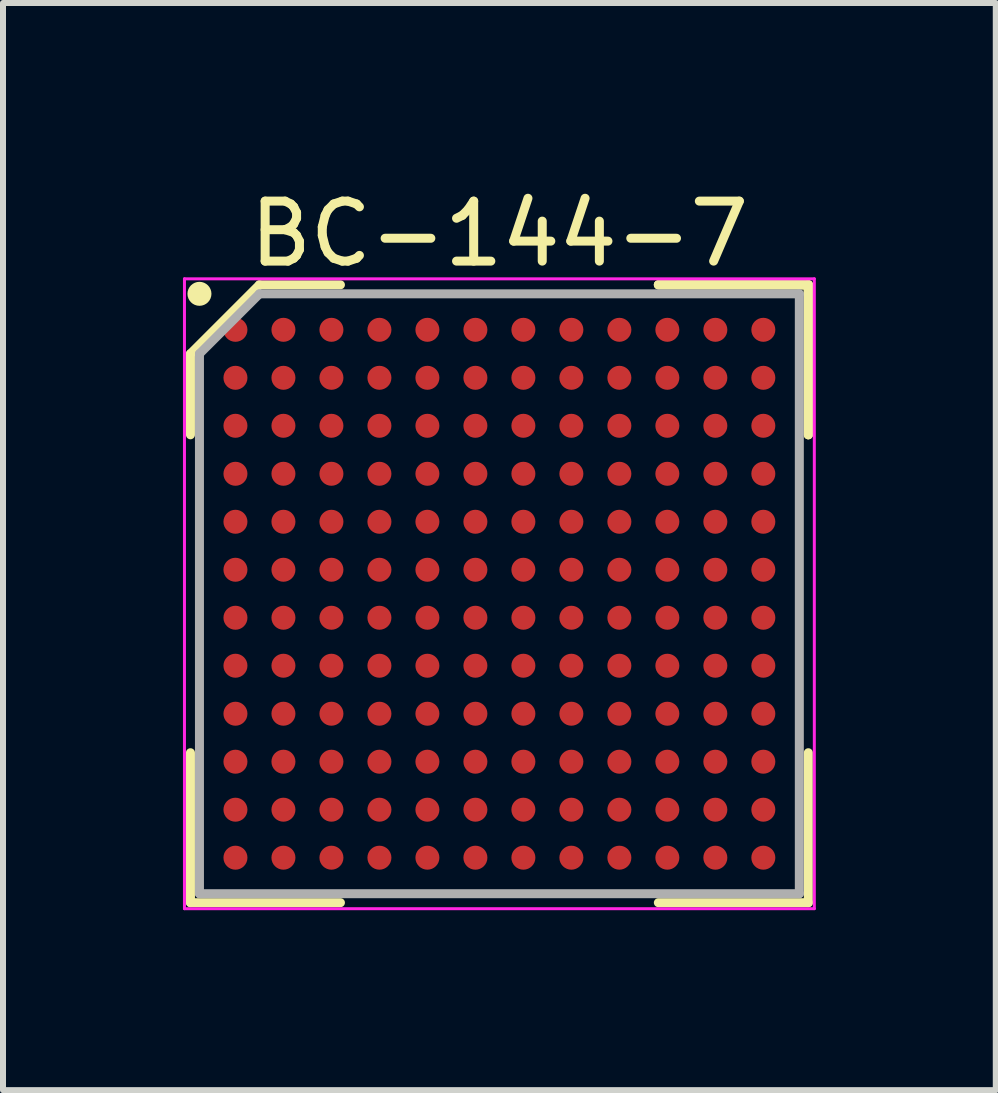
<source format=kicad_pcb>
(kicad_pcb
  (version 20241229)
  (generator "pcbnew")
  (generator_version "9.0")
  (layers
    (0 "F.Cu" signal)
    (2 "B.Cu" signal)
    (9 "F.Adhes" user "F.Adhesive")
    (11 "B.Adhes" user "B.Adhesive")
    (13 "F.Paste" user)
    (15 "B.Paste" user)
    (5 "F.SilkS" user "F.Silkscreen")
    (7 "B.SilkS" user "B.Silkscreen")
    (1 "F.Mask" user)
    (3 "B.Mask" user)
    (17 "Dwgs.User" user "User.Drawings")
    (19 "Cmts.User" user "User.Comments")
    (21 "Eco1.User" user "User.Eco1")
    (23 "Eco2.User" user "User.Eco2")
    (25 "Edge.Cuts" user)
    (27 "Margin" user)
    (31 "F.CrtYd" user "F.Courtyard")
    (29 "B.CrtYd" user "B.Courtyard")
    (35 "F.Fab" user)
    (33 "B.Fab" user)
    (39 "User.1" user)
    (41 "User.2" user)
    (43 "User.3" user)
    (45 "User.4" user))
  (footprint "BC-144-7"
    (layer "F.Cu")
    (at 5.275 6.848)
    (property "Reference" "BC-144-7" (at 0 -6 0) (layer "F.SilkS") (effects (font (size 1 1) (thickness 0.15))))
    (attr smd)
    (fp_line (start -5.15 -4) (end -5.15 -2.65) (stroke (width 0.15) (type solid)) (layer "F.SilkS"))
    (fp_line (start -5.15 5.15) (end -5.15 2.65) (stroke (width 0.15) (type solid)) (layer "F.SilkS"))
    (fp_line (start -4 -5.15) (end -5.15 -4) (stroke (width 0.15) (type solid)) (layer "F.SilkS"))
    (fp_line (start -2.65 -5.15) (end -4 -5.15) (stroke (width 0.15) (type solid)) (layer "F.SilkS"))
    (fp_line (start -2.65 5.15) (end -5.15 5.15) (stroke (width 0.15) (type solid)) (layer "F.SilkS"))
    (fp_line (start 2.65 -5.15) (end 5.15 -5.15) (stroke (width 0.15) (type solid)) (layer "F.SilkS"))
    (fp_line (start 2.65 -5.15) (end 5.15 -5.15) (stroke (width 0.15) (type solid)) (layer "F.SilkS"))
    (fp_line (start 2.65 -5.15) (end 5.15 -5.15) (stroke (width 0.15) (type solid)) (layer "F.SilkS"))
    (fp_line (start 2.65 5.15) (end 5.15 5.15) (stroke (width 0.15) (type solid)) (layer "F.SilkS"))
    (fp_line (start 5.15 -5.15) (end 5.15 -2.65) (stroke (width 0.15) (type solid)) (layer "F.SilkS"))
    (fp_line (start 5.15 -5.15) (end 5.15 -2.65) (stroke (width 0.15) (type solid)) (layer "F.SilkS"))
    (fp_line (start 5.15 -5.15) (end 5.15 -2.65) (stroke (width 0.15) (type solid)) (layer "F.SilkS"))
    (fp_line (start 5.15 5.15) (end 5.15 2.65) (stroke (width 0.15) (type solid)) (layer "F.SilkS"))
    (fp_circle (center -5 -5) (end -5 -4.9) (stroke (width 0.2) (type solid)) (fill no) (layer "F.SilkS"))
    (fp_line (start -5.25 -5.25) (end 5.25 -5.25) (stroke (width 0.05) (type solid)) (layer "F.CrtYd"))
    (fp_line (start -5.25 5.25) (end -5.25 -5.25) (stroke (width 0.05) (type solid)) (layer "F.CrtYd"))
    (fp_line (start 5.25 -5.25) (end 5.25 5.25) (stroke (width 0.05) (type solid)) (layer "F.CrtYd"))
    (fp_line (start 5.25 5.25) (end -5.25 5.25) (stroke (width 0.05) (type solid)) (layer "F.CrtYd"))
    (fp_line (start -5 -4) (end -5 5) (stroke (width 0.15) (type solid)) (layer "F.Fab"))
    (fp_line (start -5 5) (end 5 5) (stroke (width 0.15) (type solid)) (layer "F.Fab"))
    (fp_line (start -4 -5) (end -5 -4) (stroke (width 0.15) (type solid)) (layer "F.Fab"))
    (fp_line (start 5 -5) (end -4 -5) (stroke (width 0.15) (type solid)) (layer "F.Fab"))
    (fp_line (start 5 5) (end 5 -5) (stroke (width 0.15) (type solid)) (layer "F.Fab"))
    (pad "A1" smd circle (at -4.4 -4.4) (size 0.4 0.4) (layers "F.Cu" "F.Mask" "F.Paste"))
    (pad "A2" smd circle (at -3.6 -4.4) (size 0.4 0.4) (layers "F.Cu" "F.Mask" "F.Paste"))
    (pad "A3" smd circle (at -2.8 -4.4) (size 0.4 0.4) (layers "F.Cu" "F.Mask" "F.Paste"))
    (pad "A4" smd circle (at -2 -4.4) (size 0.4 0.4) (layers "F.Cu" "F.Mask" "F.Paste"))
    (pad "A5" smd circle (at -1.2 -4.4) (size 0.4 0.4) (layers "F.Cu" "F.Mask" "F.Paste"))
    (pad "A6" smd circle (at -0.4 -4.4) (size 0.4 0.4) (layers "F.Cu" "F.Mask" "F.Paste"))
    (pad "A7" smd circle (at 0.4 -4.4) (size 0.4 0.4) (layers "F.Cu" "F.Mask" "F.Paste"))
    (pad "A8" smd circle (at 1.2 -4.4) (size 0.4 0.4) (layers "F.Cu" "F.Mask" "F.Paste"))
    (pad "A9" smd circle (at 2 -4.4) (size 0.4 0.4) (layers "F.Cu" "F.Mask" "F.Paste"))
    (pad "A10" smd circle (at 2.8 -4.4) (size 0.4 0.4) (layers "F.Cu" "F.Mask" "F.Paste"))
    (pad "A11" smd circle (at 3.6 -4.4) (size 0.4 0.4) (layers "F.Cu" "F.Mask" "F.Paste"))
    (pad "A12" smd circle (at 4.4 -4.4) (size 0.4 0.4) (layers "F.Cu" "F.Mask" "F.Paste"))
    (pad "B1" smd circle (at -4.4 -3.6) (size 0.4 0.4) (layers "F.Cu" "F.Mask" "F.Paste"))
    (pad "B2" smd circle (at -3.6 -3.6) (size 0.4 0.4) (layers "F.Cu" "F.Mask" "F.Paste"))
    (pad "B3" smd circle (at -2.8 -3.6) (size 0.4 0.4) (layers "F.Cu" "F.Mask" "F.Paste"))
    (pad "B4" smd circle (at -2 -3.6) (size 0.4 0.4) (layers "F.Cu" "F.Mask" "F.Paste"))
    (pad "B5" smd circle (at -1.2 -3.6) (size 0.4 0.4) (layers "F.Cu" "F.Mask" "F.Paste"))
    (pad "B6" smd circle (at -0.4 -3.6) (size 0.4 0.4) (layers "F.Cu" "F.Mask" "F.Paste"))
    (pad "B7" smd circle (at 0.4 -3.6) (size 0.4 0.4) (layers "F.Cu" "F.Mask" "F.Paste"))
    (pad "B8" smd circle (at 1.2 -3.6) (size 0.4 0.4) (layers "F.Cu" "F.Mask" "F.Paste"))
    (pad "B9" smd circle (at 2 -3.6) (size 0.4 0.4) (layers "F.Cu" "F.Mask" "F.Paste"))
    (pad "B10" smd circle (at 2.8 -3.6) (size 0.4 0.4) (layers "F.Cu" "F.Mask" "F.Paste"))
    (pad "B11" smd circle (at 3.6 -3.6) (size 0.4 0.4) (layers "F.Cu" "F.Mask" "F.Paste"))
    (pad "B12" smd circle (at 4.4 -3.6) (size 0.4 0.4) (layers "F.Cu" "F.Mask" "F.Paste"))
    (pad "C1" smd circle (at -4.4 -2.8) (size 0.4 0.4) (layers "F.Cu" "F.Mask" "F.Paste"))
    (pad "C2" smd circle (at -3.6 -2.8) (size 0.4 0.4) (layers "F.Cu" "F.Mask" "F.Paste"))
    (pad "C3" smd circle (at -2.8 -2.8) (size 0.4 0.4) (layers "F.Cu" "F.Mask" "F.Paste"))
    (pad "C4" smd circle (at -2 -2.8) (size 0.4 0.4) (layers "F.Cu" "F.Mask" "F.Paste"))
    (pad "C5" smd circle (at -1.2 -2.8) (size 0.4 0.4) (layers "F.Cu" "F.Mask" "F.Paste"))
    (pad "C6" smd circle (at -0.4 -2.8) (size 0.4 0.4) (layers "F.Cu" "F.Mask" "F.Paste"))
    (pad "C7" smd circle (at 0.4 -2.8) (size 0.4 0.4) (layers "F.Cu" "F.Mask" "F.Paste"))
    (pad "C8" smd circle (at 1.2 -2.8) (size 0.4 0.4) (layers "F.Cu" "F.Mask" "F.Paste"))
    (pad "C9" smd circle (at 2 -2.8) (size 0.4 0.4) (layers "F.Cu" "F.Mask" "F.Paste"))
    (pad "C10" smd circle (at 2.8 -2.8) (size 0.4 0.4) (layers "F.Cu" "F.Mask" "F.Paste"))
    (pad "C11" smd circle (at 3.6 -2.8) (size 0.4 0.4) (layers "F.Cu" "F.Mask" "F.Paste"))
    (pad "C12" smd circle (at 4.4 -2.8) (size 0.4 0.4) (layers "F.Cu" "F.Mask" "F.Paste"))
    (pad "D1" smd circle (at -4.4 -2) (size 0.4 0.4) (layers "F.Cu" "F.Mask" "F.Paste"))
    (pad "D2" smd circle (at -3.6 -2) (size 0.4 0.4) (layers "F.Cu" "F.Mask" "F.Paste"))
    (pad "D3" smd circle (at -2.8 -2) (size 0.4 0.4) (layers "F.Cu" "F.Mask" "F.Paste"))
    (pad "D4" smd circle (at -2 -2) (size 0.4 0.4) (layers "F.Cu" "F.Mask" "F.Paste"))
    (pad "D5" smd circle (at -1.2 -2) (size 0.4 0.4) (layers "F.Cu" "F.Mask" "F.Paste"))
    (pad "D6" smd circle (at -0.4 -2) (size 0.4 0.4) (layers "F.Cu" "F.Mask" "F.Paste"))
    (pad "D7" smd circle (at 0.4 -2) (size 0.4 0.4) (layers "F.Cu" "F.Mask" "F.Paste"))
    (pad "D8" smd circle (at 1.2 -2) (size 0.4 0.4) (layers "F.Cu" "F.Mask" "F.Paste"))
    (pad "D9" smd circle (at 2 -2) (size 0.4 0.4) (layers "F.Cu" "F.Mask" "F.Paste"))
    (pad "D10" smd circle (at 2.8 -2) (size 0.4 0.4) (layers "F.Cu" "F.Mask" "F.Paste"))
    (pad "D11" smd circle (at 3.6 -2) (size 0.4 0.4) (layers "F.Cu" "F.Mask" "F.Paste"))
    (pad "D12" smd circle (at 4.4 -2) (size 0.4 0.4) (layers "F.Cu" "F.Mask" "F.Paste"))
    (pad "E1" smd circle (at -4.4 -1.2) (size 0.4 0.4) (layers "F.Cu" "F.Mask" "F.Paste"))
    (pad "E2" smd circle (at -3.6 -1.2) (size 0.4 0.4) (layers "F.Cu" "F.Mask" "F.Paste"))
    (pad "E3" smd circle (at -2.8 -1.2) (size 0.4 0.4) (layers "F.Cu" "F.Mask" "F.Paste"))
    (pad "E4" smd circle (at -2 -1.2) (size 0.4 0.4) (layers "F.Cu" "F.Mask" "F.Paste"))
    (pad "E5" smd circle (at -1.2 -1.2) (size 0.4 0.4) (layers "F.Cu" "F.Mask" "F.Paste"))
    (pad "E6" smd circle (at -0.4 -1.2) (size 0.4 0.4) (layers "F.Cu" "F.Mask" "F.Paste"))
    (pad "E7" smd circle (at 0.4 -1.2) (size 0.4 0.4) (layers "F.Cu" "F.Mask" "F.Paste"))
    (pad "E8" smd circle (at 1.2 -1.2) (size 0.4 0.4) (layers "F.Cu" "F.Mask" "F.Paste"))
    (pad "E9" smd circle (at 2 -1.2) (size 0.4 0.4) (layers "F.Cu" "F.Mask" "F.Paste"))
    (pad "E10" smd circle (at 2.8 -1.2) (size 0.4 0.4) (layers "F.Cu" "F.Mask" "F.Paste"))
    (pad "E11" smd circle (at 3.6 -1.2) (size 0.4 0.4) (layers "F.Cu" "F.Mask" "F.Paste"))
    (pad "E12" smd circle (at 4.4 -1.2) (size 0.4 0.4) (layers "F.Cu" "F.Mask" "F.Paste"))
    (pad "F1" smd circle (at -4.4 -0.4) (size 0.4 0.4) (layers "F.Cu" "F.Mask" "F.Paste"))
    (pad "F2" smd circle (at -3.6 -0.4) (size 0.4 0.4) (layers "F.Cu" "F.Mask" "F.Paste"))
    (pad "F3" smd circle (at -2.8 -0.4) (size 0.4 0.4) (layers "F.Cu" "F.Mask" "F.Paste"))
    (pad "F4" smd circle (at -2 -0.4) (size 0.4 0.4) (layers "F.Cu" "F.Mask" "F.Paste"))
    (pad "F5" smd circle (at -1.2 -0.4) (size 0.4 0.4) (layers "F.Cu" "F.Mask" "F.Paste"))
    (pad "F6" smd circle (at -0.4 -0.4) (size 0.4 0.4) (layers "F.Cu" "F.Mask" "F.Paste"))
    (pad "F7" smd circle (at 0.4 -0.4) (size 0.4 0.4) (layers "F.Cu" "F.Mask" "F.Paste"))
    (pad "F8" smd circle (at 1.2 -0.4) (size 0.4 0.4) (layers "F.Cu" "F.Mask" "F.Paste"))
    (pad "F9" smd circle (at 2 -0.4) (size 0.4 0.4) (layers "F.Cu" "F.Mask" "F.Paste"))
    (pad "F10" smd circle (at 2.8 -0.4) (size 0.4 0.4) (layers "F.Cu" "F.Mask" "F.Paste"))
    (pad "F11" smd circle (at 3.6 -0.4) (size 0.4 0.4) (layers "F.Cu" "F.Mask" "F.Paste"))
    (pad "F12" smd circle (at 4.4 -0.4) (size 0.4 0.4) (layers "F.Cu" "F.Mask" "F.Paste"))
    (pad "G1" smd circle (at -4.4 0.4) (size 0.4 0.4) (layers "F.Cu" "F.Mask" "F.Paste"))
    (pad "G2" smd circle (at -3.6 0.4) (size 0.4 0.4) (layers "F.Cu" "F.Mask" "F.Paste"))
    (pad "G3" smd circle (at -2.8 0.4) (size 0.4 0.4) (layers "F.Cu" "F.Mask" "F.Paste"))
    (pad "G4" smd circle (at -2 0.4) (size 0.4 0.4) (layers "F.Cu" "F.Mask" "F.Paste"))
    (pad "G5" smd circle (at -1.2 0.4) (size 0.4 0.4) (layers "F.Cu" "F.Mask" "F.Paste"))
    (pad "G6" smd circle (at -0.4 0.4) (size 0.4 0.4) (layers "F.Cu" "F.Mask" "F.Paste"))
    (pad "G7" smd circle (at 0.4 0.4) (size 0.4 0.4) (layers "F.Cu" "F.Mask" "F.Paste"))
    (pad "G8" smd circle (at 1.2 0.4) (size 0.4 0.4) (layers "F.Cu" "F.Mask" "F.Paste"))
    (pad "G9" smd circle (at 2 0.4) (size 0.4 0.4) (layers "F.Cu" "F.Mask" "F.Paste"))
    (pad "G10" smd circle (at 2.8 0.4) (size 0.4 0.4) (layers "F.Cu" "F.Mask" "F.Paste"))
    (pad "G11" smd circle (at 3.6 0.4) (size 0.4 0.4) (layers "F.Cu" "F.Mask" "F.Paste"))
    (pad "G12" smd circle (at 4.4 0.4) (size 0.4 0.4) (layers "F.Cu" "F.Mask" "F.Paste"))
    (pad "H1" smd circle (at -4.4 1.2) (size 0.4 0.4) (layers "F.Cu" "F.Mask" "F.Paste"))
    (pad "H2" smd circle (at -3.6 1.2) (size 0.4 0.4) (layers "F.Cu" "F.Mask" "F.Paste"))
    (pad "H3" smd circle (at -2.8 1.2) (size 0.4 0.4) (layers "F.Cu" "F.Mask" "F.Paste"))
    (pad "H4" smd circle (at -2 1.2) (size 0.4 0.4) (layers "F.Cu" "F.Mask" "F.Paste"))
    (pad "H5" smd circle (at -1.2 1.2) (size 0.4 0.4) (layers "F.Cu" "F.Mask" "F.Paste"))
    (pad "H6" smd circle (at -0.4 1.2) (size 0.4 0.4) (layers "F.Cu" "F.Mask" "F.Paste"))
    (pad "H7" smd circle (at 0.4 1.2) (size 0.4 0.4) (layers "F.Cu" "F.Mask" "F.Paste"))
    (pad "H8" smd circle (at 1.2 1.2) (size 0.4 0.4) (layers "F.Cu" "F.Mask" "F.Paste"))
    (pad "H9" smd circle (at 2 1.2) (size 0.4 0.4) (layers "F.Cu" "F.Mask" "F.Paste"))
    (pad "H10" smd circle (at 2.8 1.2) (size 0.4 0.4) (layers "F.Cu" "F.Mask" "F.Paste"))
    (pad "H11" smd circle (at 3.6 1.2) (size 0.4 0.4) (layers "F.Cu" "F.Mask" "F.Paste"))
    (pad "H12" smd circle (at 4.4 1.2) (size 0.4 0.4) (layers "F.Cu" "F.Mask" "F.Paste"))
    (pad "J1" smd circle (at -4.4 2) (size 0.4 0.4) (layers "F.Cu" "F.Mask" "F.Paste"))
    (pad "J2" smd circle (at -3.6 2) (size 0.4 0.4) (layers "F.Cu" "F.Mask" "F.Paste"))
    (pad "J3" smd circle (at -2.8 2) (size 0.4 0.4) (layers "F.Cu" "F.Mask" "F.Paste"))
    (pad "J4" smd circle (at -2 2) (size 0.4 0.4) (layers "F.Cu" "F.Mask" "F.Paste"))
    (pad "J5" smd circle (at -1.2 2) (size 0.4 0.4) (layers "F.Cu" "F.Mask" "F.Paste"))
    (pad "J6" smd circle (at -0.4 2) (size 0.4 0.4) (layers "F.Cu" "F.Mask" "F.Paste"))
    (pad "J7" smd circle (at 0.4 2) (size 0.4 0.4) (layers "F.Cu" "F.Mask" "F.Paste"))
    (pad "J8" smd circle (at 1.2 2) (size 0.4 0.4) (layers "F.Cu" "F.Mask" "F.Paste"))
    (pad "J9" smd circle (at 2 2) (size 0.4 0.4) (layers "F.Cu" "F.Mask" "F.Paste"))
    (pad "J10" smd circle (at 2.8 2) (size 0.4 0.4) (layers "F.Cu" "F.Mask" "F.Paste"))
    (pad "J11" smd circle (at 3.6 2) (size 0.4 0.4) (layers "F.Cu" "F.Mask" "F.Paste"))
    (pad "J12" smd circle (at 4.4 2) (size 0.4 0.4) (layers "F.Cu" "F.Mask" "F.Paste"))
    (pad "K1" smd circle (at -4.4 2.8) (size 0.4 0.4) (layers "F.Cu" "F.Mask" "F.Paste"))
    (pad "K2" smd circle (at -3.6 2.8) (size 0.4 0.4) (layers "F.Cu" "F.Mask" "F.Paste"))
    (pad "K3" smd circle (at -2.8 2.8) (size 0.4 0.4) (layers "F.Cu" "F.Mask" "F.Paste"))
    (pad "K4" smd circle (at -2 2.8) (size 0.4 0.4) (layers "F.Cu" "F.Mask" "F.Paste"))
    (pad "K5" smd circle (at -1.2 2.8) (size 0.4 0.4) (layers "F.Cu" "F.Mask" "F.Paste"))
    (pad "K6" smd circle (at -0.4 2.8) (size 0.4 0.4) (layers "F.Cu" "F.Mask" "F.Paste"))
    (pad "K7" smd circle (at 0.4 2.8) (size 0.4 0.4) (layers "F.Cu" "F.Mask" "F.Paste"))
    (pad "K8" smd circle (at 1.2 2.8) (size 0.4 0.4) (layers "F.Cu" "F.Mask" "F.Paste"))
    (pad "K9" smd circle (at 2 2.8) (size 0.4 0.4) (layers "F.Cu" "F.Mask" "F.Paste"))
    (pad "K10" smd circle (at 2.8 2.8) (size 0.4 0.4) (layers "F.Cu" "F.Mask" "F.Paste"))
    (pad "K11" smd circle (at 3.6 2.8) (size 0.4 0.4) (layers "F.Cu" "F.Mask" "F.Paste"))
    (pad "K12" smd circle (at 4.4 2.8) (size 0.4 0.4) (layers "F.Cu" "F.Mask" "F.Paste"))
    (pad "L1" smd circle (at -4.4 3.6) (size 0.4 0.4) (layers "F.Cu" "F.Mask" "F.Paste"))
    (pad "L2" smd circle (at -3.6 3.6) (size 0.4 0.4) (layers "F.Cu" "F.Mask" "F.Paste"))
    (pad "L3" smd circle (at -2.8 3.6) (size 0.4 0.4) (layers "F.Cu" "F.Mask" "F.Paste"))
    (pad "L4" smd circle (at -2 3.6) (size 0.4 0.4) (layers "F.Cu" "F.Mask" "F.Paste"))
    (pad "L5" smd circle (at -1.2 3.6) (size 0.4 0.4) (layers "F.Cu" "F.Mask" "F.Paste"))
    (pad "L6" smd circle (at -0.4 3.6) (size 0.4 0.4) (layers "F.Cu" "F.Mask" "F.Paste"))
    (pad "L7" smd circle (at 0.4 3.6) (size 0.4 0.4) (layers "F.Cu" "F.Mask" "F.Paste"))
    (pad "L8" smd circle (at 1.2 3.6) (size 0.4 0.4) (layers "F.Cu" "F.Mask" "F.Paste"))
    (pad "L9" smd circle (at 2 3.6) (size 0.4 0.4) (layers "F.Cu" "F.Mask" "F.Paste"))
    (pad "L10" smd circle (at 2.8 3.6) (size 0.4 0.4) (layers "F.Cu" "F.Mask" "F.Paste"))
    (pad "L11" smd circle (at 3.6 3.6) (size 0.4 0.4) (layers "F.Cu" "F.Mask" "F.Paste"))
    (pad "L12" smd circle (at 4.4 3.6) (size 0.4 0.4) (layers "F.Cu" "F.Mask" "F.Paste"))
    (pad "M1" smd circle (at -4.4 4.4) (size 0.4 0.4) (layers "F.Cu" "F.Mask" "F.Paste"))
    (pad "M2" smd circle (at -3.6 4.4) (size 0.4 0.4) (layers "F.Cu" "F.Mask" "F.Paste"))
    (pad "M3" smd circle (at -2.8 4.4) (size 0.4 0.4) (layers "F.Cu" "F.Mask" "F.Paste"))
    (pad "M4" smd circle (at -2 4.4) (size 0.4 0.4) (layers "F.Cu" "F.Mask" "F.Paste"))
    (pad "M5" smd circle (at -1.2 4.4) (size 0.4 0.4) (layers "F.Cu" "F.Mask" "F.Paste"))
    (pad "M6" smd circle (at -0.4 4.4) (size 0.4 0.4) (layers "F.Cu" "F.Mask" "F.Paste"))
    (pad "M7" smd circle (at 0.4 4.4) (size 0.4 0.4) (layers "F.Cu" "F.Mask" "F.Paste"))
    (pad "M8" smd circle (at 1.2 4.4) (size 0.4 0.4) (layers "F.Cu" "F.Mask" "F.Paste"))
    (pad "M9" smd circle (at 2 4.4) (size 0.4 0.4) (layers "F.Cu" "F.Mask" "F.Paste"))
    (pad "M10" smd circle (at 2.8 4.4) (size 0.4 0.4) (layers "F.Cu" "F.Mask" "F.Paste"))
    (pad "M11" smd circle (at 3.6 4.4) (size 0.4 0.4) (layers "F.Cu" "F.Mask" "F.Paste"))
    (pad "M12" smd circle (at 4.4 4.4) (size 0.4 0.4) (layers "F.Cu" "F.Mask" "F.Paste")))
  (gr_rect
    (start -3 -3)
    (end 13.55 15.123)
    (stroke (width 0.1) (type default))
    (fill no)
    (layer "Edge.Cuts")))
</source>
